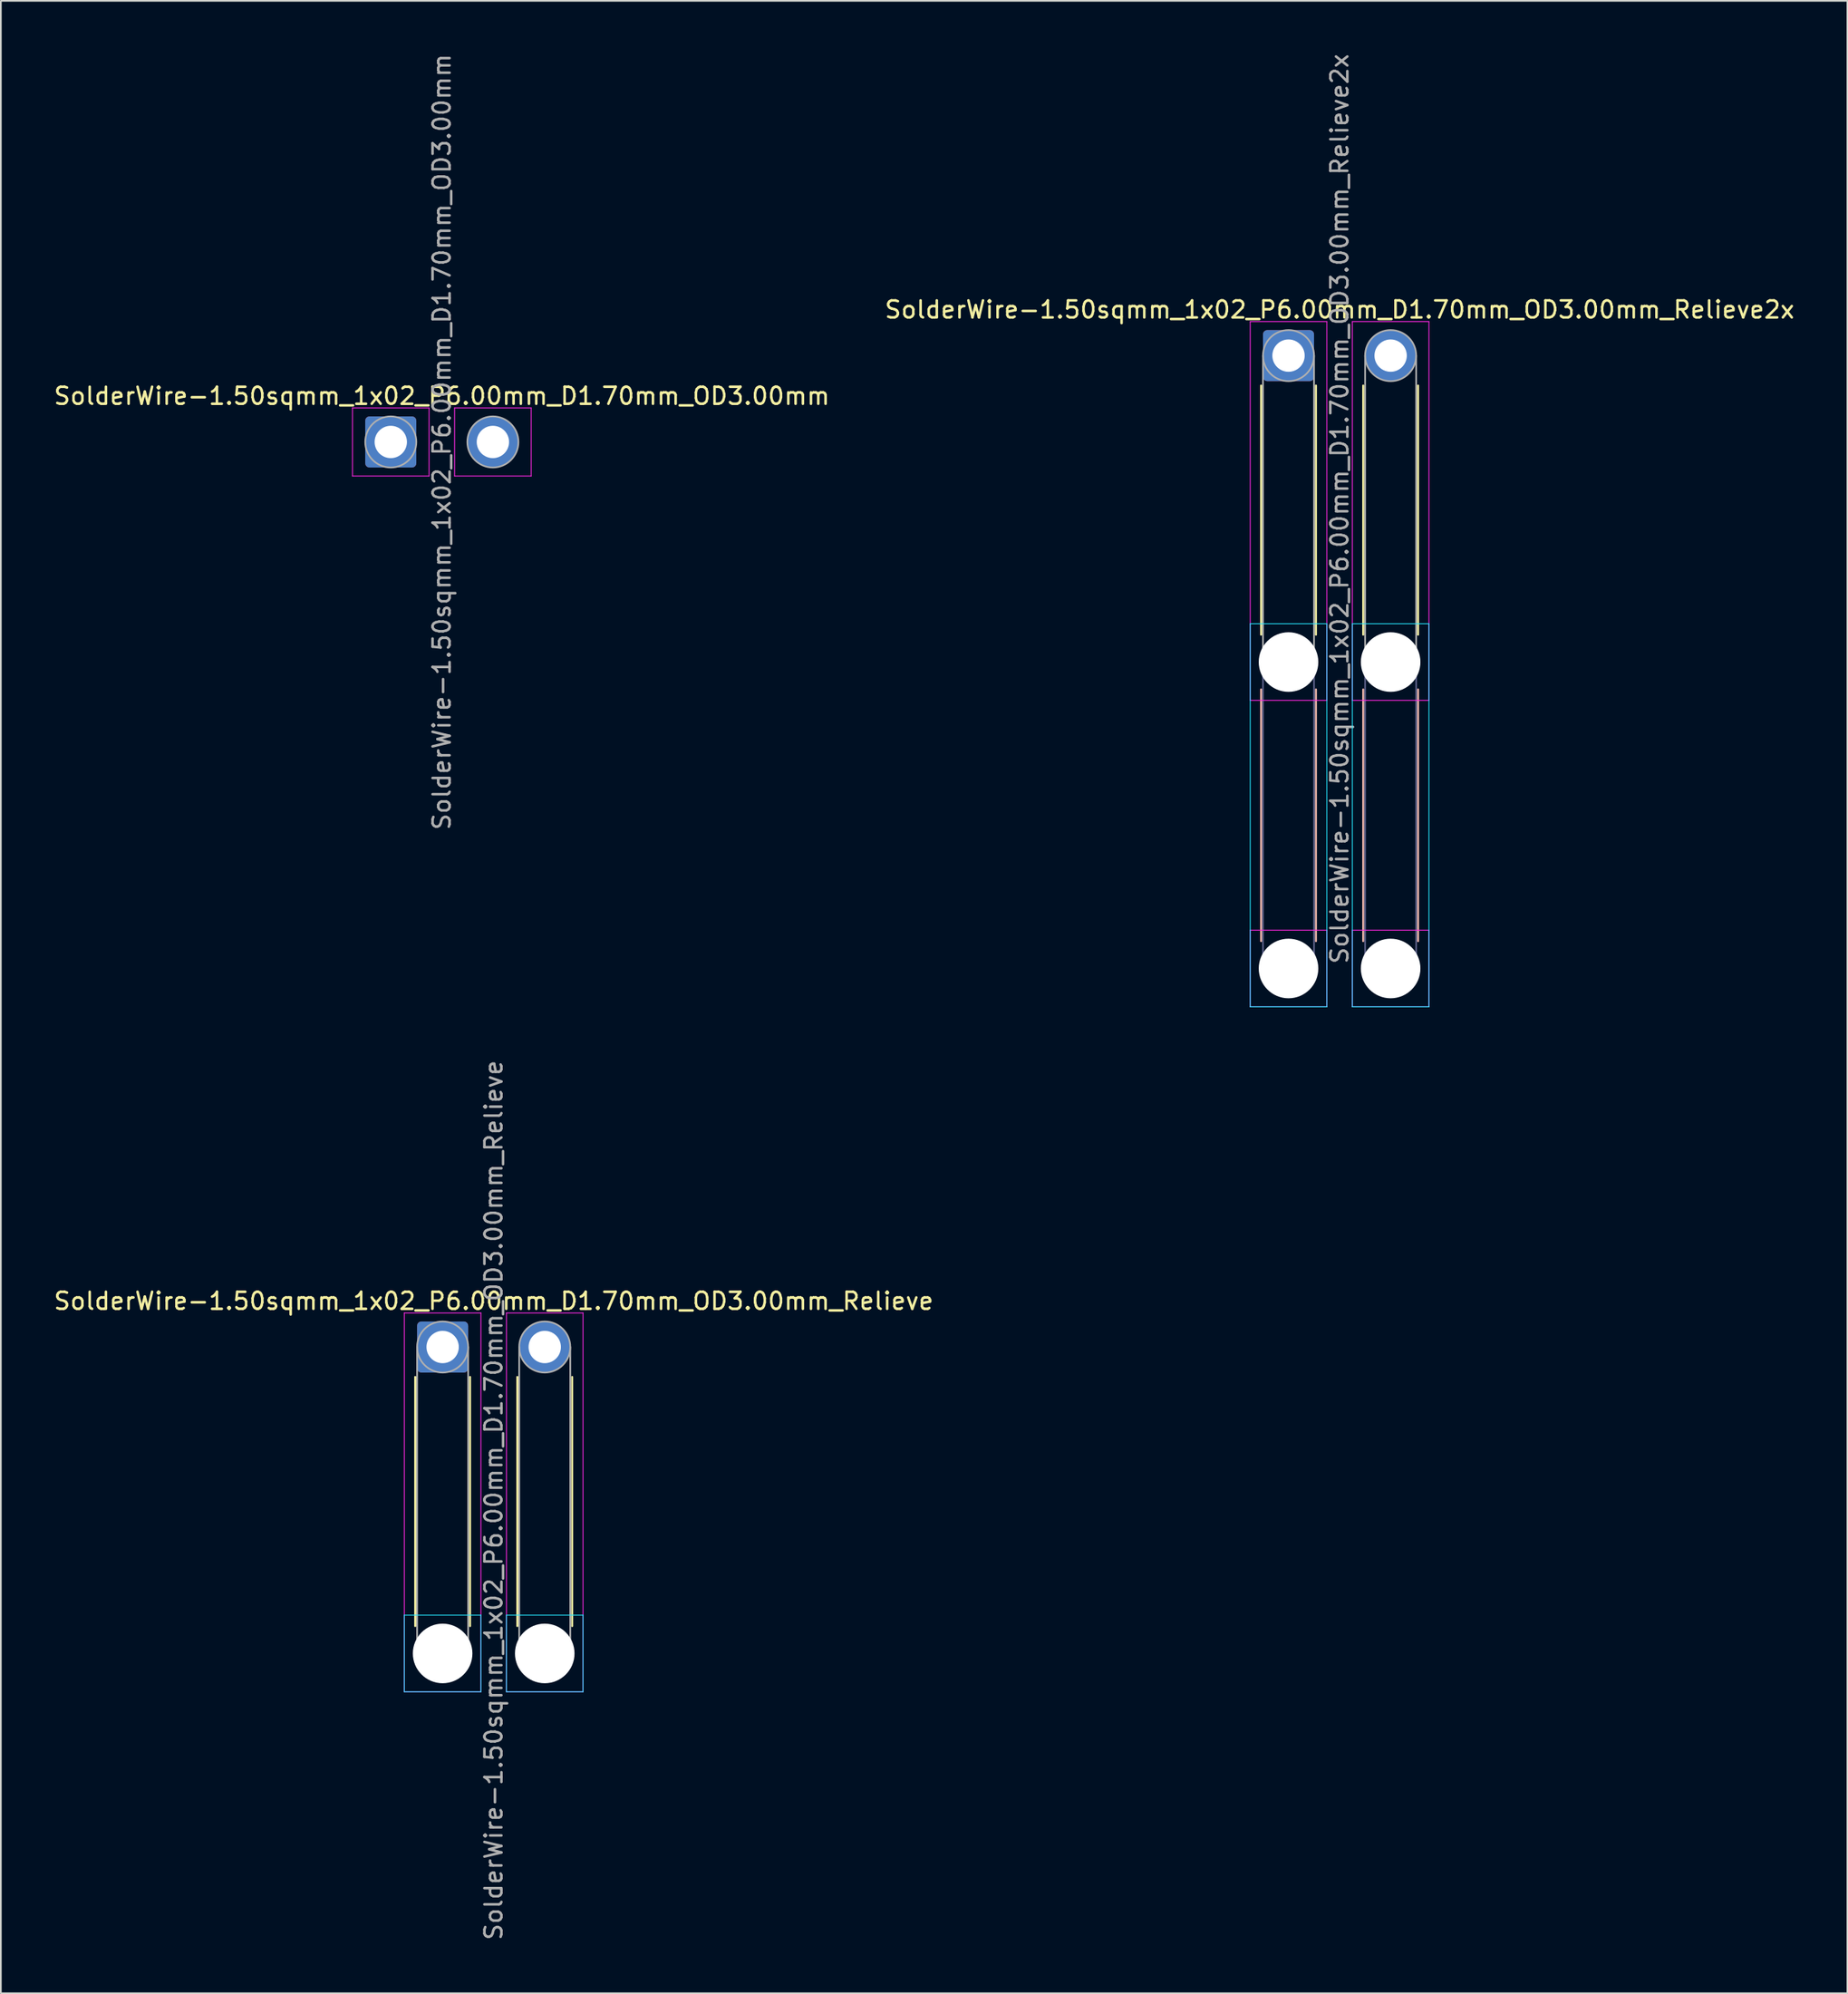
<source format=kicad_pcb>
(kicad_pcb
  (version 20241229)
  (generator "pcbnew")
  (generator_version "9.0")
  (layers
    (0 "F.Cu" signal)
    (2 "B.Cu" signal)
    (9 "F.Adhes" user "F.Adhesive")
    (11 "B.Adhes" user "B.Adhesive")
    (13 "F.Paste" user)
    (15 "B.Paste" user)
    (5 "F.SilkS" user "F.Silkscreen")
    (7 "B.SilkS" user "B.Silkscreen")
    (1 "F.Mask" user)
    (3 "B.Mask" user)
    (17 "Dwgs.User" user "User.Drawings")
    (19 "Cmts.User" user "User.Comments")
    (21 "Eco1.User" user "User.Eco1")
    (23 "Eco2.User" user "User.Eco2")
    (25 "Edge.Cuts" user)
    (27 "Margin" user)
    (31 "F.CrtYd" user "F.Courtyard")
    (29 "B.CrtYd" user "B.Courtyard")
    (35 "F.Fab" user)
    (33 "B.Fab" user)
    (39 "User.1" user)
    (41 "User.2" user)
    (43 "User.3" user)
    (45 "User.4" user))
  (footprint "SolderWire-1.50sqmm_1x02_P6.00mm_D1.70mm_OD3.00mm_Relieve2x"
    (layer "F.Cu")
    (at 72.661 17.839)
    (property "Reference" "SolderWire-1.50sqmm_1x02_P6.00mm_D1.70mm_OD3.00mm_Relieve2x" (at 3 -2.7 0) (layer "F.SilkS") (effects (font (size 1 1) (thickness 0.15))))
    (attr exclude_from_pos_files exclude_from_bom)
    (fp_line (start -1.61 1.76) (end -1.61 16.39) (stroke (width 0.12) (type solid)) (layer "F.SilkS"))
    (fp_line (start 1.61 1.76) (end 1.61 16.39) (stroke (width 0.12) (type solid)) (layer "F.SilkS"))
    (fp_line (start 4.39 1.76) (end 4.39 16.39) (stroke (width 0.12) (type solid)) (layer "F.SilkS"))
    (fp_line (start 7.61 1.76) (end 7.61 16.39) (stroke (width 0.12) (type solid)) (layer "F.SilkS"))
    (fp_line (start -1.61 19.61) (end -1.61 34.39) (stroke (width 0.12) (type solid)) (layer "B.SilkS"))
    (fp_line (start 1.61 19.61) (end 1.61 34.39) (stroke (width 0.12) (type solid)) (layer "B.SilkS"))
    (fp_line (start 4.39 19.61) (end 4.39 34.39) (stroke (width 0.12) (type solid)) (layer "B.SilkS"))
    (fp_line (start 7.61 19.61) (end 7.61 34.39) (stroke (width 0.12) (type solid)) (layer "B.SilkS"))
    (fp_line (start -2.25 15.75) (end -2.25 38.25) (stroke (width 0.05) (type solid)) (layer "B.CrtYd"))
    (fp_line (start -2.25 38.25) (end 2.25 38.25) (stroke (width 0.05) (type solid)) (layer "B.CrtYd"))
    (fp_line (start 2.25 15.75) (end -2.25 15.75) (stroke (width 0.05) (type solid)) (layer "B.CrtYd"))
    (fp_line (start 2.25 38.25) (end 2.25 15.75) (stroke (width 0.05) (type solid)) (layer "B.CrtYd"))
    (fp_line (start 3.75 15.75) (end 3.75 38.25) (stroke (width 0.05) (type solid)) (layer "B.CrtYd"))
    (fp_line (start 3.75 38.25) (end 8.25 38.25) (stroke (width 0.05) (type solid)) (layer "B.CrtYd"))
    (fp_line (start 8.25 15.75) (end 3.75 15.75) (stroke (width 0.05) (type solid)) (layer "B.CrtYd"))
    (fp_line (start 8.25 38.25) (end 8.25 15.75) (stroke (width 0.05) (type solid)) (layer "B.CrtYd"))
    (fp_line (start -2.25 -2) (end -2.25 20.25) (stroke (width 0.05) (type solid)) (layer "F.CrtYd"))
    (fp_line (start -2.25 20.25) (end 2.25 20.25) (stroke (width 0.05) (type solid)) (layer "F.CrtYd"))
    (fp_line (start -2.25 33.75) (end -2.25 38.25) (stroke (width 0.05) (type solid)) (layer "F.CrtYd"))
    (fp_line (start -2.25 38.25) (end 2.25 38.25) (stroke (width 0.05) (type solid)) (layer "F.CrtYd"))
    (fp_line (start 2.25 -2) (end -2.25 -2) (stroke (width 0.05) (type solid)) (layer "F.CrtYd"))
    (fp_line (start 2.25 20.25) (end 2.25 -2) (stroke (width 0.05) (type solid)) (layer "F.CrtYd"))
    (fp_line (start 2.25 33.75) (end -2.25 33.75) (stroke (width 0.05) (type solid)) (layer "F.CrtYd"))
    (fp_line (start 2.25 38.25) (end 2.25 33.75) (stroke (width 0.05) (type solid)) (layer "F.CrtYd"))
    (fp_line (start 3.75 -2) (end 3.75 20.25) (stroke (width 0.05) (type solid)) (layer "F.CrtYd"))
    (fp_line (start 3.75 20.25) (end 8.25 20.25) (stroke (width 0.05) (type solid)) (layer "F.CrtYd"))
    (fp_line (start 3.75 33.75) (end 3.75 38.25) (stroke (width 0.05) (type solid)) (layer "F.CrtYd"))
    (fp_line (start 3.75 38.25) (end 8.25 38.25) (stroke (width 0.05) (type solid)) (layer "F.CrtYd"))
    (fp_line (start 8.25 -2) (end 3.75 -2) (stroke (width 0.05) (type solid)) (layer "F.CrtYd"))
    (fp_line (start 8.25 20.25) (end 8.25 -2) (stroke (width 0.05) (type solid)) (layer "F.CrtYd"))
    (fp_line (start 8.25 33.75) (end 3.75 33.75) (stroke (width 0.05) (type solid)) (layer "F.CrtYd"))
    (fp_line (start 8.25 38.25) (end 8.25 33.75) (stroke (width 0.05) (type solid)) (layer "F.CrtYd"))
    (fp_line (start -1.5 18) (end -1.5 36) (stroke (width 0.1) (type solid)) (layer "B.Fab"))
    (fp_line (start 1.5 18) (end 1.5 36) (stroke (width 0.1) (type solid)) (layer "B.Fab"))
    (fp_line (start 4.5 18) (end 4.5 36) (stroke (width 0.1) (type solid)) (layer "B.Fab"))
    (fp_line (start 7.5 18) (end 7.5 36) (stroke (width 0.1) (type solid)) (layer "B.Fab"))
    (fp_circle (center 0 18) (end 1.5 18) (stroke (width 0.1) (type solid)) (fill no) (layer "B.Fab"))
    (fp_circle (center 0 36) (end 1.5 36) (stroke (width 0.1) (type solid)) (fill no) (layer "B.Fab"))
    (fp_circle (center 6 18) (end 7.5 18) (stroke (width 0.1) (type solid)) (fill no) (layer "B.Fab"))
    (fp_circle (center 6 36) (end 7.5 36) (stroke (width 0.1) (type solid)) (fill no) (layer "B.Fab"))
    (fp_line (start -1.5 0) (end -1.5 18) (stroke (width 0.1) (type solid)) (layer "F.Fab"))
    (fp_line (start 1.5 0) (end 1.5 18) (stroke (width 0.1) (type solid)) (layer "F.Fab"))
    (fp_line (start 4.5 0) (end 4.5 18) (stroke (width 0.1) (type solid)) (layer "F.Fab"))
    (fp_line (start 7.5 0) (end 7.5 18) (stroke (width 0.1) (type solid)) (layer "F.Fab"))
    (fp_circle (center 0 0) (end 1.5 0) (stroke (width 0.1) (type solid)) (fill no) (layer "F.Fab"))
    (fp_circle (center 0 18) (end 1.5 18) (stroke (width 0.1) (type solid)) (fill no) (layer "F.Fab"))
    (fp_circle (center 0 36) (end 1.5 36) (stroke (width 0.1) (type solid)) (fill no) (layer "F.Fab"))
    (fp_circle (center 6 0) (end 7.5 0) (stroke (width 0.1) (type solid)) (fill no) (layer "F.Fab"))
    (fp_circle (center 6 18) (end 7.5 18) (stroke (width 0.1) (type solid)) (fill no) (layer "F.Fab"))
    (fp_circle (center 6 36) (end 7.5 36) (stroke (width 0.1) (type solid)) (fill no) (layer "F.Fab"))
    (fp_text user "${REFERENCE}" (at 3 9 90) (layer "F.Fab") (effects (font (size 1 1) (thickness 0.15))))
    (pad "" np_thru_hole circle (at 0 18) (size 3.5 3.5) (drill 3.5) (layers "*.Cu" "*.Mask"))
    (pad "" np_thru_hole circle (at 0 36) (size 3.5 3.5) (drill 3.5) (layers "*.Cu" "*.Mask"))
    (pad "" np_thru_hole circle (at 6 18) (size 3.5 3.5) (drill 3.5) (layers "*.Cu" "*.Mask"))
    (pad "" np_thru_hole circle (at 6 36) (size 3.5 3.5) (drill 3.5) (layers "*.Cu" "*.Mask"))
    (pad "1" thru_hole roundrect (at 0 0) (size 3 3) (drill 1.9) (layers "*.Cu" "*.Mask") (roundrect_rratio 0.083))
    (pad "2" thru_hole circle (at 6 0) (size 3 3) (drill 1.9) (layers "*.Cu" "*.Mask")))
  (footprint "SolderWire-1.50sqmm_1x02_P6.00mm_D1.70mm_OD3.00mm_Relieve"
    (layer "F.Cu")
    (at 22.958 76.073)
    (property "Reference" "SolderWire-1.50sqmm_1x02_P6.00mm_D1.70mm_OD3.00mm_Relieve" (at 3 -2.7 0) (layer "F.SilkS") (effects (font (size 1 1) (thickness 0.15))))
    (attr exclude_from_pos_files exclude_from_bom)
    (fp_line (start -1.61 1.76) (end -1.61 16.39) (stroke (width 0.12) (type solid)) (layer "F.SilkS"))
    (fp_line (start 1.61 1.76) (end 1.61 16.39) (stroke (width 0.12) (type solid)) (layer "F.SilkS"))
    (fp_line (start 4.39 1.76) (end 4.39 16.39) (stroke (width 0.12) (type solid)) (layer "F.SilkS"))
    (fp_line (start 7.61 1.76) (end 7.61 16.39) (stroke (width 0.12) (type solid)) (layer "F.SilkS"))
    (fp_line (start -2.25 15.75) (end -2.25 20.25) (stroke (width 0.05) (type solid)) (layer "B.CrtYd"))
    (fp_line (start -2.25 20.25) (end 2.25 20.25) (stroke (width 0.05) (type solid)) (layer "B.CrtYd"))
    (fp_line (start 2.25 15.75) (end -2.25 15.75) (stroke (width 0.05) (type solid)) (layer "B.CrtYd"))
    (fp_line (start 2.25 20.25) (end 2.25 15.75) (stroke (width 0.05) (type solid)) (layer "B.CrtYd"))
    (fp_line (start 3.75 15.75) (end 3.75 20.25) (stroke (width 0.05) (type solid)) (layer "B.CrtYd"))
    (fp_line (start 3.75 20.25) (end 8.25 20.25) (stroke (width 0.05) (type solid)) (layer "B.CrtYd"))
    (fp_line (start 8.25 15.75) (end 3.75 15.75) (stroke (width 0.05) (type solid)) (layer "B.CrtYd"))
    (fp_line (start 8.25 20.25) (end 8.25 15.75) (stroke (width 0.05) (type solid)) (layer "B.CrtYd"))
    (fp_line (start -2.25 -2) (end -2.25 20.25) (stroke (width 0.05) (type solid)) (layer "F.CrtYd"))
    (fp_line (start -2.25 20.25) (end 2.25 20.25) (stroke (width 0.05) (type solid)) (layer "F.CrtYd"))
    (fp_line (start 2.25 -2) (end -2.25 -2) (stroke (width 0.05) (type solid)) (layer "F.CrtYd"))
    (fp_line (start 2.25 20.25) (end 2.25 -2) (stroke (width 0.05) (type solid)) (layer "F.CrtYd"))
    (fp_line (start 3.75 -2) (end 3.75 20.25) (stroke (width 0.05) (type solid)) (layer "F.CrtYd"))
    (fp_line (start 3.75 20.25) (end 8.25 20.25) (stroke (width 0.05) (type solid)) (layer "F.CrtYd"))
    (fp_line (start 8.25 -2) (end 3.75 -2) (stroke (width 0.05) (type solid)) (layer "F.CrtYd"))
    (fp_line (start 8.25 20.25) (end 8.25 -2) (stroke (width 0.05) (type solid)) (layer "F.CrtYd"))
    (fp_line (start -1.5 0) (end -1.5 18) (stroke (width 0.1) (type solid)) (layer "F.Fab"))
    (fp_line (start 1.5 0) (end 1.5 18) (stroke (width 0.1) (type solid)) (layer "F.Fab"))
    (fp_line (start 4.5 0) (end 4.5 18) (stroke (width 0.1) (type solid)) (layer "F.Fab"))
    (fp_line (start 7.5 0) (end 7.5 18) (stroke (width 0.1) (type solid)) (layer "F.Fab"))
    (fp_circle (center 0 0) (end 1.5 0) (stroke (width 0.1) (type solid)) (fill no) (layer "F.Fab"))
    (fp_circle (center 0 18) (end 1.5 18) (stroke (width 0.1) (type solid)) (fill no) (layer "F.Fab"))
    (fp_circle (center 6 0) (end 7.5 0) (stroke (width 0.1) (type solid)) (fill no) (layer "F.Fab"))
    (fp_circle (center 6 18) (end 7.5 18) (stroke (width 0.1) (type solid)) (fill no) (layer "F.Fab"))
    (fp_text user "${REFERENCE}" (at 3 9 90) (layer "F.Fab") (effects (font (size 1 1) (thickness 0.15))))
    (pad "" np_thru_hole circle (at 0 18) (size 3.5 3.5) (drill 3.5) (layers "*.Cu" "*.Mask"))
    (pad "" np_thru_hole circle (at 6 18) (size 3.5 3.5) (drill 3.5) (layers "*.Cu" "*.Mask"))
    (pad "1" thru_hole roundrect (at 0 0) (size 3 3) (drill 1.9) (layers "*.Cu" "*.Mask") (roundrect_rratio 0.083))
    (pad "2" thru_hole circle (at 6 0) (size 3 3) (drill 1.9) (layers "*.Cu" "*.Mask")))
  (footprint "SolderWire-1.50sqmm_1x02_P6.00mm_D1.70mm_OD3.00mm"
    (layer "F.Cu")
    (at 19.911 22.911)
    (property "Reference" "SolderWire-1.50sqmm_1x02_P6.00mm_D1.70mm_OD3.00mm" (at 3 -2.7 0) (layer "F.SilkS") (effects (font (size 1 1) (thickness 0.15))))
    (attr exclude_from_pos_files exclude_from_bom)
    (fp_line (start -2.25 -2) (end -2.25 2) (stroke (width 0.05) (type solid)) (layer "F.CrtYd"))
    (fp_line (start -2.25 2) (end 2.25 2) (stroke (width 0.05) (type solid)) (layer "F.CrtYd"))
    (fp_line (start 2.25 -2) (end -2.25 -2) (stroke (width 0.05) (type solid)) (layer "F.CrtYd"))
    (fp_line (start 2.25 2) (end 2.25 -2) (stroke (width 0.05) (type solid)) (layer "F.CrtYd"))
    (fp_line (start 3.75 -2) (end 3.75 2) (stroke (width 0.05) (type solid)) (layer "F.CrtYd"))
    (fp_line (start 3.75 2) (end 8.25 2) (stroke (width 0.05) (type solid)) (layer "F.CrtYd"))
    (fp_line (start 8.25 -2) (end 3.75 -2) (stroke (width 0.05) (type solid)) (layer "F.CrtYd"))
    (fp_line (start 8.25 2) (end 8.25 -2) (stroke (width 0.05) (type solid)) (layer "F.CrtYd"))
    (fp_circle (center 0 0) (end 1.5 0) (stroke (width 0.1) (type solid)) (fill no) (layer "F.Fab"))
    (fp_circle (center 6 0) (end 7.5 0) (stroke (width 0.1) (type solid)) (fill no) (layer "F.Fab"))
    (fp_text user "${REFERENCE}" (at 3 0 90) (layer "F.Fab") (effects (font (size 1 1) (thickness 0.15))))
    (pad "1" thru_hole roundrect (at 0 0) (size 3 3) (drill 1.9) (layers "*.Cu" "*.Mask") (roundrect_rratio 0.083))
    (pad "2" thru_hole circle (at 6 0) (size 3 3) (drill 1.9) (layers "*.Cu" "*.Mask")))
  (gr_rect
    (start -3 -3)
    (end 105.5 114.031)
    (stroke (width 0.1) (type default))
    (fill no)
    (layer "Edge.Cuts")))
</source>
